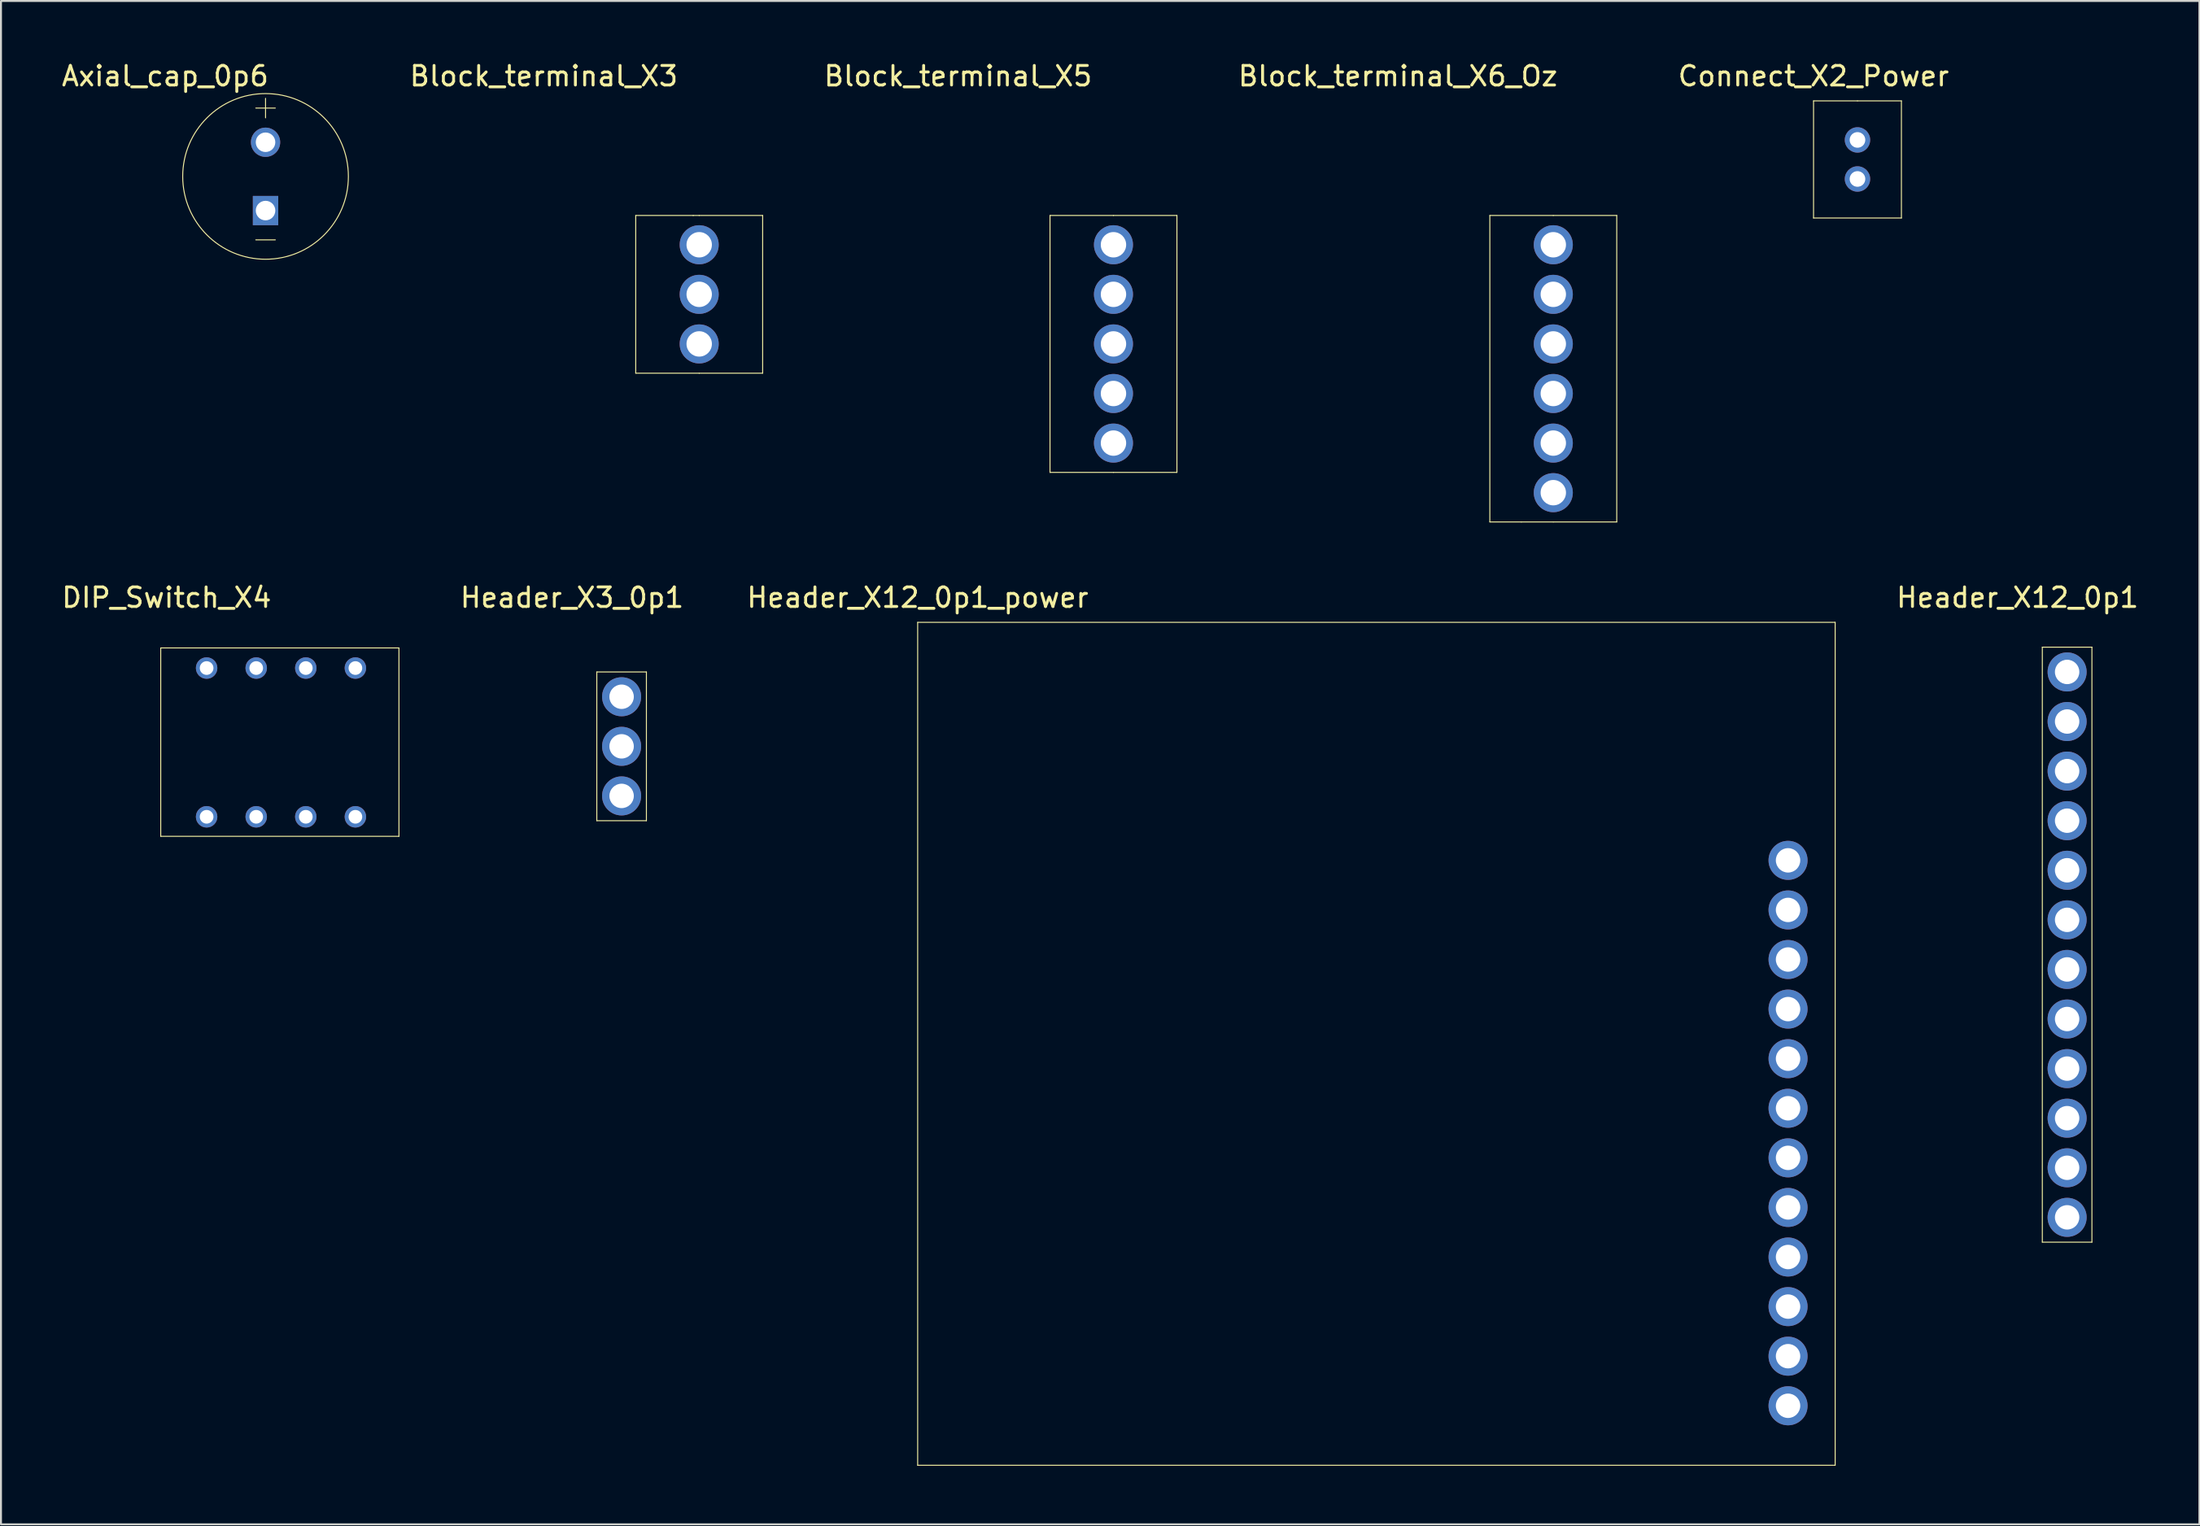
<source format=kicad_pcb>
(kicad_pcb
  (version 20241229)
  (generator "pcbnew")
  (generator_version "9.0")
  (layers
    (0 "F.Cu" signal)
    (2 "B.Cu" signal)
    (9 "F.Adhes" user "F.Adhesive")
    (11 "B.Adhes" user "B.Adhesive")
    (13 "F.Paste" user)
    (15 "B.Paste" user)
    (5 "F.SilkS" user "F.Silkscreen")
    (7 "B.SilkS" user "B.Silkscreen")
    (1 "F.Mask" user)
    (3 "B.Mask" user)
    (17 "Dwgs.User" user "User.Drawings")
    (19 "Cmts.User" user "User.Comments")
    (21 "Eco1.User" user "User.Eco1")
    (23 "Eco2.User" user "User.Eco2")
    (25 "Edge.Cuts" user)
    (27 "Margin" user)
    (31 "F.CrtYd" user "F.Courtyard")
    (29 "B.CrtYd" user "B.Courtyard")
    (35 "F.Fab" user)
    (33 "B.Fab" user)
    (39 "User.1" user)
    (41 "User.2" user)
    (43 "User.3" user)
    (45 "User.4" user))
  (footprint "Block_terminal_X3"
    (layer "F.Cu")
    (at 27.68 6.948)
    (property "Reference" "Block_terminal_X3" (at -2.88 -6.1 0) (layer "F.SilkS") (effects (font (size 1 1) (thickness 0.15))))
    (attr through_hole)
    (fp_line (start 1.83 9.12) (end 1.83 1.04) (stroke (width 0.05) (type solid)) (layer "F.SilkS"))
    (fp_line (start 4.78 1.04) (end 4.77 1.04) (stroke (width 0.05) (type solid)) (layer "F.SilkS"))
    (fp_line (start 5.08 1.04) (end 1.83 1.04) (stroke (width 0.05) (type solid)) (layer "F.SilkS"))
    (fp_line (start 5.08 1.04) (end 8.33 1.04) (stroke (width 0.05) (type solid)) (layer "F.SilkS"))
    (fp_line (start 5.08 9.12) (end 1.83 9.12) (stroke (width 0.05) (type solid)) (layer "F.SilkS"))
    (fp_line (start 5.08 9.12) (end 8.33 9.12) (stroke (width 0.05) (type solid)) (layer "F.SilkS"))
    (fp_line (start 8.33 1.04) (end 8.33 9.12) (stroke (width 0.05) (type solid)) (layer "F.SilkS"))
    (pad "1" thru_hole circle (at 5.08 2.54) (size 2 2) (drill 1.3) (layers "*.Cu" "*.Mask"))
    (pad "2" thru_hole circle (at 5.08 5.08) (size 2 2) (drill 1.3) (layers "*.Cu" "*.Mask"))
    (pad "3" thru_hole circle (at 5.08 7.62) (size 2 2) (drill 1.3) (layers "*.Cu" "*.Mask")))
  (footprint "Header_X3_0p1"
    (layer "F.Cu")
    (at 26.246 30.102)
    (property "Reference" "Header_X3_0p1" (at 0 -2.54 0) (layer "F.SilkS") (effects (font (size 1 1) (thickness 0.15))))
    (attr through_hole)
    (fp_line (start 1.27 1.27) (end 1.27 8.89) (stroke (width 0.05) (type solid)) (layer "F.SilkS"))
    (fp_line (start 1.27 8.89) (end 3.81 8.89) (stroke (width 0.05) (type solid)) (layer "F.SilkS"))
    (fp_line (start 3.81 1.27) (end 1.27 1.27) (stroke (width 0.05) (type solid)) (layer "F.SilkS"))
    (fp_line (start 3.81 8.89) (end 3.81 1.27) (stroke (width 0.05) (type solid)) (layer "F.SilkS"))
    (pad "1" thru_hole circle (at 2.54 2.54) (size 2 2) (drill 1.25) (layers "*.Cu" "*.Mask"))
    (pad "2" thru_hole circle (at 2.54 5.08) (size 2 2) (drill 1.25) (layers "*.Cu" "*.Mask"))
    (pad "3" thru_hole circle (at 2.54 7.62) (size 2 2) (drill 1.25) (layers "*.Cu" "*.Mask")))
  (footprint "Block_terminal_X6_Oz"
    (layer "F.Cu")
    (at 71.423 6.948)
    (property "Reference" "Block_terminal_X6_Oz" (at -2.88 -6.1 0) (layer "F.SilkS") (effects (font (size 1 1) (thickness 0.15))))
    (attr through_hole)
    (fp_line (start 1.83 1.04) (end 1.83 16.74) (stroke (width 0.05) (type solid)) (layer "F.SilkS"))
    (fp_line (start 3.44 16.74) (end 3.45 16.74) (stroke (width 0.05) (type solid)) (layer "F.SilkS"))
    (fp_line (start 5.08 1.04) (end 1.83 1.04) (stroke (width 0.05) (type solid)) (layer "F.SilkS"))
    (fp_line (start 5.08 1.04) (end 8.33 1.04) (stroke (width 0.05) (type solid)) (layer "F.SilkS"))
    (fp_line (start 5.08 16.74) (end 1.83 16.74) (stroke (width 0.05) (type solid)) (layer "F.SilkS"))
    (fp_line (start 5.08 16.74) (end 8.33 16.74) (stroke (width 0.05) (type solid)) (layer "F.SilkS"))
    (fp_line (start 8.33 16.74) (end 8.33 1.04) (stroke (width 0.05) (type solid)) (layer "F.SilkS"))
    (pad "1" thru_hole circle (at 5.08 2.54) (size 2 2) (drill 1.3) (layers "*.Cu" "*.Mask"))
    (pad "2" thru_hole circle (at 5.08 5.08) (size 2 2) (drill 1.3) (layers "*.Cu" "*.Mask"))
    (pad "3" thru_hole circle (at 5.08 7.62) (size 2 2) (drill 1.3) (layers "*.Cu" "*.Mask"))
    (pad "6" thru_hole circle (at 5.08 10.16) (size 2 2) (drill 1.3) (layers "*.Cu" "*.Mask"))
    (pad "7" thru_hole circle (at 5.08 12.7) (size 2 2) (drill 1.3) (layers "*.Cu" "*.Mask"))
    (pad "8" thru_hole circle (at 5.08 15.24) (size 2 2) (drill 1.3) (layers "*.Cu" "*.Mask")))
  (footprint "Header_X12_0p1"
    (layer "F.Cu")
    (at 100.279 28.831)
    (property "Reference" "Header_X12_0p1" (at 0 -1.27 0) (layer "F.SilkS") (effects (font (size 1 1) (thickness 0.15))))
    (attr through_hole)
    (fp_line (start 1.27 1.27) (end 1.27 31.75) (stroke (width 0.05) (type solid)) (layer "F.SilkS"))
    (fp_line (start 1.27 31.75) (end 3.81 31.75) (stroke (width 0.05) (type solid)) (layer "F.SilkS"))
    (fp_line (start 3.81 1.27) (end 1.27 1.27) (stroke (width 0.05) (type solid)) (layer "F.SilkS"))
    (fp_line (start 3.81 31.75) (end 3.81 1.27) (stroke (width 0.05) (type solid)) (layer "F.SilkS"))
    (pad "1" thru_hole circle (at 2.54 2.54) (size 2 2) (drill 1.25) (layers "*.Cu" "*.Mask"))
    (pad "2" thru_hole circle (at 2.54 5.08) (size 2 2) (drill 1.25) (layers "*.Cu" "*.Mask"))
    (pad "3" thru_hole circle (at 2.54 7.62) (size 2 2) (drill 1.25) (layers "*.Cu" "*.Mask"))
    (pad "4" thru_hole circle (at 2.54 10.16) (size 2 2) (drill 1.25) (layers "*.Cu" "*.Mask"))
    (pad "5" thru_hole circle (at 2.54 12.7) (size 2 2) (drill 1.25) (layers "*.Cu" "*.Mask"))
    (pad "6" thru_hole circle (at 2.54 15.24) (size 2 2) (drill 1.25) (layers "*.Cu" "*.Mask"))
    (pad "7" thru_hole circle (at 2.54 17.78) (size 2 2) (drill 1.25) (layers "*.Cu" "*.Mask"))
    (pad "8" thru_hole circle (at 2.54 20.32) (size 2 2) (drill 1.25) (layers "*.Cu" "*.Mask"))
    (pad "9" thru_hole circle (at 2.54 22.86) (size 2 2) (drill 1.25) (layers "*.Cu" "*.Mask"))
    (pad "10" thru_hole circle (at 2.54 25.4) (size 2 2) (drill 1.25) (layers "*.Cu" "*.Mask"))
    (pad "11" thru_hole circle (at 2.54 27.94) (size 2 2) (drill 1.25) (layers "*.Cu" "*.Mask"))
    (pad "12" thru_hole circle (at 2.54 30.48) (size 2 2) (drill 1.25) (layers "*.Cu" "*.Mask")))
  (footprint "Block_terminal_X5"
    (layer "F.Cu")
    (at 48.897 6.948)
    (property "Reference" "Block_terminal_X5" (at -2.88 -6.1 0) (layer "F.SilkS") (effects (font (size 1 1) (thickness 0.15))))
    (attr through_hole)
    (fp_line (start 1.83 1.04) (end 1.83 14.2) (stroke (width 0.05) (type solid)) (layer "F.SilkS"))
    (fp_line (start 5.08 1.04) (end 1.83 1.04) (stroke (width 0.05) (type solid)) (layer "F.SilkS"))
    (fp_line (start 5.08 1.04) (end 8.33 1.04) (stroke (width 0.05) (type solid)) (layer "F.SilkS"))
    (fp_line (start 5.08 14.2) (end 1.83 14.2) (stroke (width 0.05) (type solid)) (layer "F.SilkS"))
    (fp_line (start 5.08 14.2) (end 8.33 14.2) (stroke (width 0.05) (type solid)) (layer "F.SilkS"))
    (fp_line (start 8.33 14.2) (end 8.33 1.04) (stroke (width 0.05) (type solid)) (layer "F.SilkS"))
    (pad "1" thru_hole circle (at 5.08 2.54) (size 2 2) (drill 1.3) (layers "*.Cu" "*.Mask"))
    (pad "2" thru_hole circle (at 5.08 5.08) (size 2 2) (drill 1.3) (layers "*.Cu" "*.Mask"))
    (pad "3" thru_hole circle (at 5.08 7.62) (size 2 2) (drill 1.3) (layers "*.Cu" "*.Mask"))
    (pad "4" thru_hole circle (at 5.08 10.16) (size 2 2) (drill 1.3) (layers "*.Cu" "*.Mask"))
    (pad "5" thru_hole circle (at 5.08 12.7) (size 2 2) (drill 1.3) (layers "*.Cu" "*.Mask")))
  (footprint "Connect_X2_Power"
    (layer "F.Cu")
    (at 89.832 2.118)
    (property "Reference" "Connect_X2_Power" (at 0 -1.27 0) (layer "F.SilkS") (effects (font (size 1 1) (thickness 0.15))))
    (attr through_hole)
    (fp_line (start 0 0) (end 0 6) (stroke (width 0.05) (type solid)) (layer "F.SilkS"))
    (fp_line (start 0 6) (end 4.5 6) (stroke (width 0.05) (type solid)) (layer "F.SilkS"))
    (fp_line (start 2.25 0) (end 0 0) (stroke (width 0.05) (type solid)) (layer "F.SilkS"))
    (fp_line (start 2.25 0) (end 4.5 0) (stroke (width 0.05) (type solid)) (layer "F.SilkS"))
    (fp_line (start 4.5 0) (end 4.5 6) (stroke (width 0.05) (type solid)) (layer "F.SilkS"))
    (pad "1" thru_hole circle (at 2.25 2) (size 1.3 1.3) (drill 0.8) (layers "*.Cu" "*.Mask"))
    (pad "2" thru_hole circle (at 2.25 4) (size 1.3 1.3) (drill 0.8) (layers "*.Cu" "*.Mask")))
  (footprint "Header_X12_0p1_power"
    (layer "F.Cu")
    (at 43.949 28.831)
    (property "Reference" "Header_X12_0p1_power" (at 0 -1.27 0) (layer "F.SilkS") (effects (font (size 1 1) (thickness 0.15))))
    (attr through_hole)
    (fp_line (start 0 0) (end 0 43.18) (stroke (width 0.05) (type solid)) (layer "F.SilkS"))
    (fp_line (start 0 0) (end 46.99 0) (stroke (width 0.05) (type solid)) (layer "F.SilkS"))
    (fp_line (start 0 43.18) (end 46.99 43.18) (stroke (width 0.05) (type solid)) (layer "F.SilkS"))
    (fp_line (start 46.99 0) (end 46.99 43.18) (stroke (width 0.05) (type solid)) (layer "F.SilkS"))
    (pad "1" thru_hole circle (at 44.577 12.192) (size 2 2) (drill 1.25) (layers "*.Cu" "*.Mask"))
    (pad "2" thru_hole circle (at 44.577 14.732) (size 2 2) (drill 1.25) (layers "*.Cu" "*.Mask"))
    (pad "3" thru_hole circle (at 44.577 17.272) (size 2 2) (drill 1.25) (layers "*.Cu" "*.Mask"))
    (pad "4" thru_hole circle (at 44.577 19.812) (size 2 2) (drill 1.25) (layers "*.Cu" "*.Mask"))
    (pad "5" thru_hole circle (at 44.577 22.352) (size 2 2) (drill 1.25) (layers "*.Cu" "*.Mask"))
    (pad "6" thru_hole circle (at 44.577 24.892) (size 2 2) (drill 1.25) (layers "*.Cu" "*.Mask"))
    (pad "7" thru_hole circle (at 44.577 27.432) (size 2 2) (drill 1.25) (layers "*.Cu" "*.Mask"))
    (pad "8" thru_hole circle (at 44.577 29.972) (size 2 2) (drill 1.25) (layers "*.Cu" "*.Mask"))
    (pad "9" thru_hole circle (at 44.577 32.512) (size 2 2) (drill 1.25) (layers "*.Cu" "*.Mask"))
    (pad "10" thru_hole circle (at 44.577 35.052) (size 2 2) (drill 1.25) (layers "*.Cu" "*.Mask"))
    (pad "11" thru_hole circle (at 44.577 37.592) (size 2 2) (drill 1.25) (layers "*.Cu" "*.Mask"))
    (pad "12" thru_hole circle (at 44.577 40.132) (size 2 2) (drill 1.25) (layers "*.Cu" "*.Mask")))
  (footprint "DIP_Switch_X4"
    (layer "F.Cu")
    (at 5.182 30.142)
    (property "Reference" "DIP_Switch_X4" (at 0.3 -2.58 0) (layer "F.SilkS") (effects (font (size 1 1) (thickness 0.15))))
    (attr through_hole)
    (fp_line (start 0 0) (end 0 9.65) (stroke (width 0.05) (type solid)) (layer "F.SilkS"))
    (fp_line (start 0 0) (end 12.2 0) (stroke (width 0.05) (type solid)) (layer "F.SilkS"))
    (fp_line (start 0 9.65) (end 12.2 9.65) (stroke (width 0.05) (type solid)) (layer "F.SilkS"))
    (fp_line (start 12.2 0) (end 12.2 9.65) (stroke (width 0.05) (type solid)) (layer "F.SilkS"))
    (pad "1" thru_hole circle (at 2.35 8.65) (size 1.1 1.1) (drill 0.7) (layers "*.Cu" "*.Mask"))
    (pad "2" thru_hole circle (at 4.89 8.65) (size 1.1 1.1) (drill 0.7) (layers "*.Cu" "*.Mask"))
    (pad "3" thru_hole circle (at 7.43 8.65) (size 1.1 1.1) (drill 0.7) (layers "*.Cu" "*.Mask"))
    (pad "4" thru_hole circle (at 9.97 8.65) (size 1.1 1.1) (drill 0.7) (layers "*.Cu" "*.Mask"))
    (pad "5" thru_hole circle (at 9.97 1.03) (size 1.1 1.1) (drill 0.7) (layers "*.Cu" "*.Mask"))
    (pad "6" thru_hole circle (at 7.43 1.03) (size 1.1 1.1) (drill 0.7) (layers "*.Cu" "*.Mask"))
    (pad "7" thru_hole circle (at 4.89 1.03) (size 1.1 1.1) (drill 0.7) (layers "*.Cu" "*.Mask"))
    (pad "8" thru_hole circle (at 2.35 1.03) (size 1.1 1.1) (drill 0.7) (layers "*.Cu" "*.Mask")))
  (footprint "Axial_cap_0p6"
    (layer "F.Cu")
    (at 6.3 1.737)
    (property "Reference" "Axial_cap_0p6" (at -0.889 -0.889 0) (layer "F.SilkS") (effects (font (size 1 1) (thickness 0.15))))
    (attr through_hole)
    (fp_line (start 3.75 0.75) (end 4.75 0.75) (stroke (width 0.05) (type solid)) (layer "F.SilkS"))
    (fp_line (start 3.75 7.5) (end 4.75 7.5) (stroke (width 0.05) (type solid)) (layer "F.SilkS"))
    (fp_line (start 4.25 0.25) (end 4.25 1.25) (stroke (width 0.05) (type solid)) (layer "F.SilkS"))
    (fp_circle (center 4.25 4.25) (end 7.25 7.25) (stroke (width 0.05) (type solid)) (fill no) (layer "F.SilkS"))
    (pad "1" thru_hole circle (at 4.25 2.5) (size 1.5 1.5) (drill 1) (layers "*.Cu" "*.Mask"))
    (pad "2" thru_hole rect (at 4.25 6) (size 1.3 1.5) (drill 1) (layers "*.Cu" "*.Mask")))
  (gr_rect
    (start -3 -3)
    (end 109.595 75.037)
    (stroke (width 0.1) (type default))
    (fill no)
    (layer "Edge.Cuts")))
</source>
